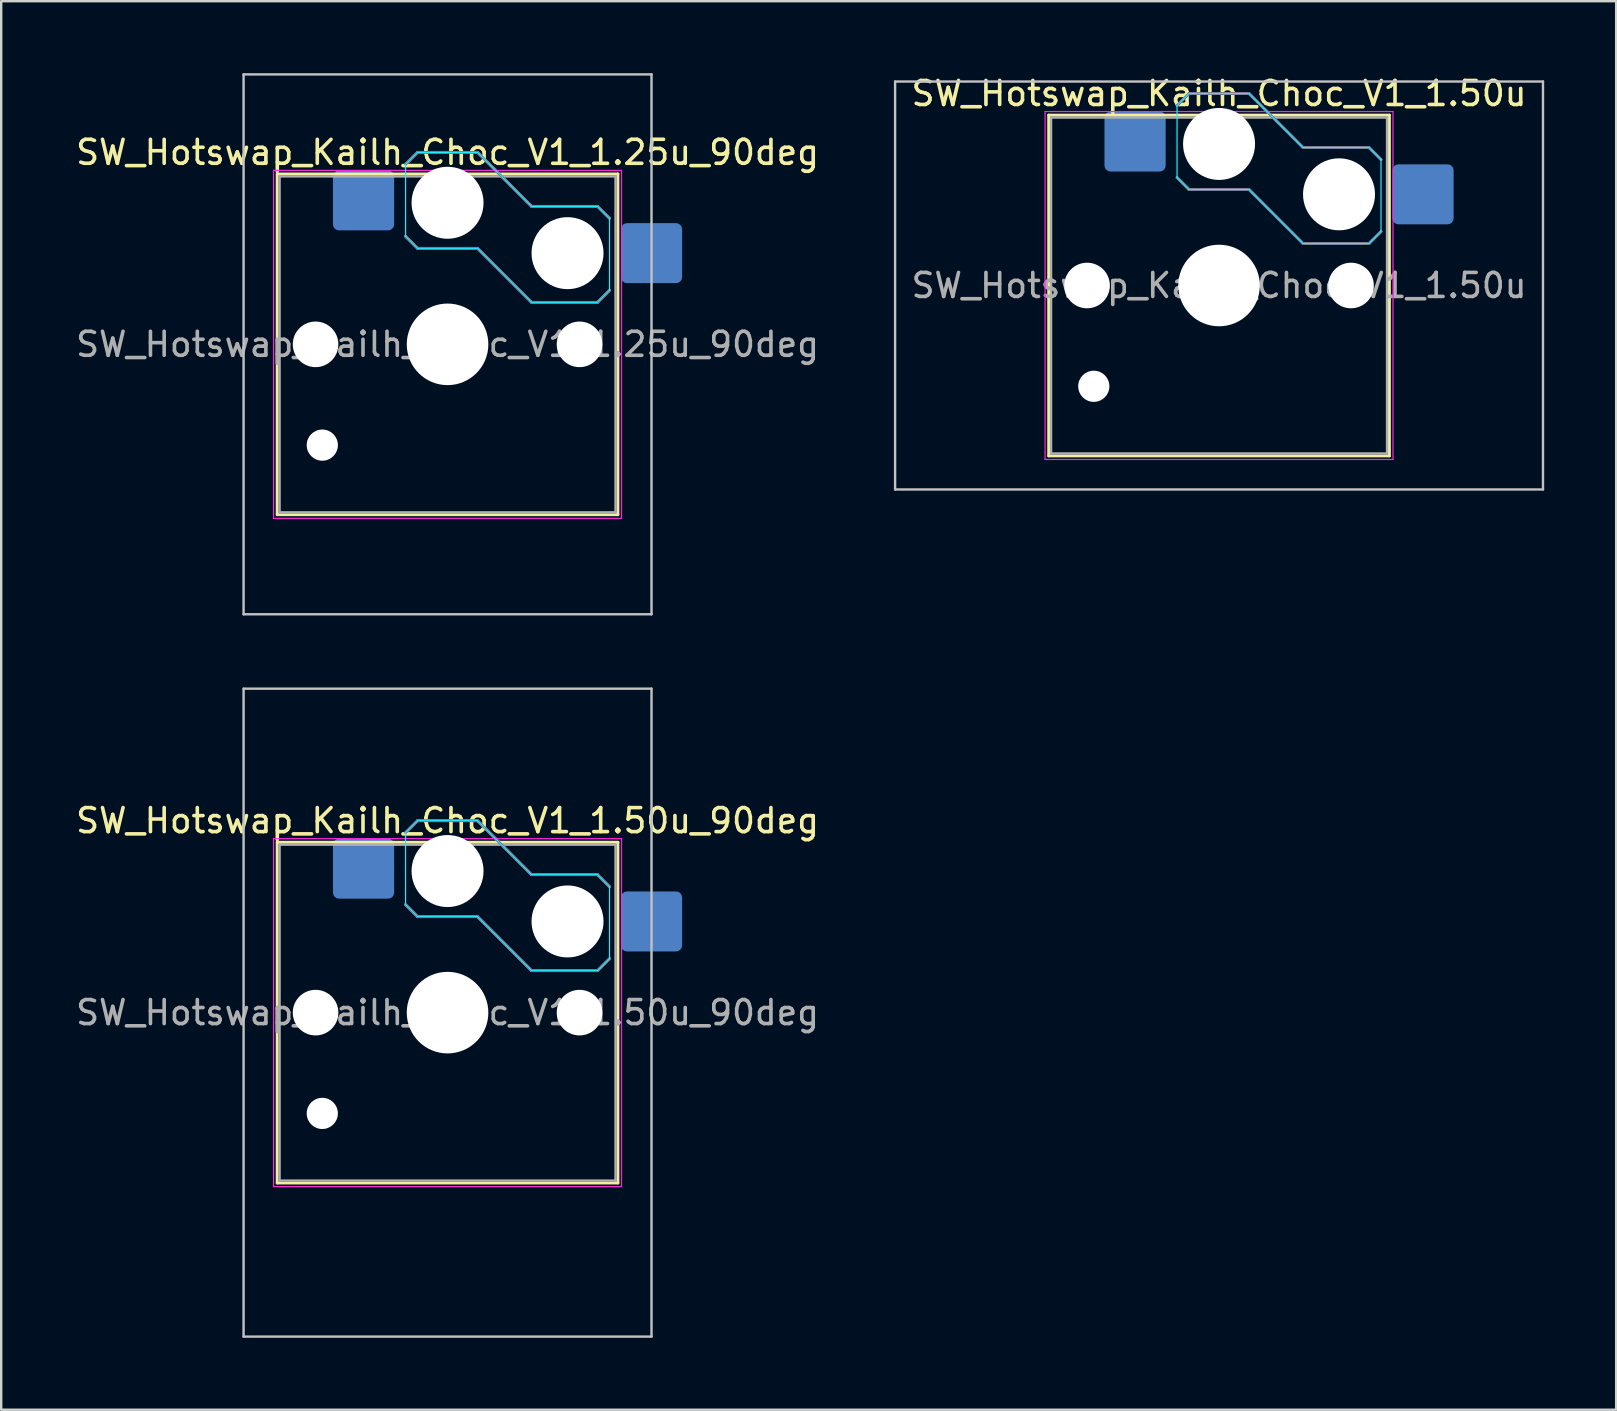
<source format=kicad_pcb>
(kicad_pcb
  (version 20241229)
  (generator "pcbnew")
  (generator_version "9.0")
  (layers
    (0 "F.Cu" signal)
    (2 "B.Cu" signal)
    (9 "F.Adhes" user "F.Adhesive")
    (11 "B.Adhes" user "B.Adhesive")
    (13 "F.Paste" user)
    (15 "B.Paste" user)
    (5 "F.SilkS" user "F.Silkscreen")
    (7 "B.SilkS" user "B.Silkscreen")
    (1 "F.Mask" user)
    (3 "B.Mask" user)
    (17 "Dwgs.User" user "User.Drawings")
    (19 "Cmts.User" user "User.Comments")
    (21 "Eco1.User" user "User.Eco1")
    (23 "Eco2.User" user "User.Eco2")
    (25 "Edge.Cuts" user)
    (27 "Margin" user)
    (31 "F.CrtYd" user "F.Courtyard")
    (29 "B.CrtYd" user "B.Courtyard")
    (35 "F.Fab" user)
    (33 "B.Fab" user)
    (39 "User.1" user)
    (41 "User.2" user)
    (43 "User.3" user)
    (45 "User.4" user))
  (footprint "SW_Hotswap_Kailh_Choc_V1_1.25u_90deg"
    (layer "F.Cu")
    (at 15.601 11.3)
    (property "Reference" "SW_Hotswap_Kailh_Choc_V1_1.25u_90deg" (at 0 -8 0) (layer "F.SilkS") (effects (font (size 1 1) (thickness 0.15))))
    (attr smd)
    (fp_line (start -7.1 -7.1) (end -7.1 7.1) (stroke (width 0.12) (type solid)) (layer "F.SilkS"))
    (fp_line (start -7.1 7.1) (end 7.1 7.1) (stroke (width 0.12) (type solid)) (layer "F.SilkS"))
    (fp_line (start 7.1 -7.1) (end -7.1 -7.1) (stroke (width 0.12) (type solid)) (layer "F.SilkS"))
    (fp_line (start 7.1 7.1) (end 7.1 -7.1) (stroke (width 0.12) (type solid)) (layer "F.SilkS"))
    (fp_line (start -1.75 -7.5) (end -1.25 -8) (stroke (width 0.12) (type solid)) (layer "B.SilkS"))
    (fp_line (start -1.25 -8) (end 1.25 -8) (stroke (width 0.12) (type solid)) (layer "B.SilkS"))
    (fp_line (start -1.25 -4) (end -1.75 -4.5) (stroke (width 0.12) (type solid)) (layer "B.SilkS"))
    (fp_line (start 1.25 -8) (end 3.5 -5.75) (stroke (width 0.12) (type solid)) (layer "B.SilkS"))
    (fp_line (start 1.25 -4) (end -1.25 -4) (stroke (width 0.12) (type solid)) (layer "B.SilkS"))
    (fp_line (start 3.5 -5.75) (end 6.25 -5.75) (stroke (width 0.12) (type solid)) (layer "B.SilkS"))
    (fp_line (start 3.5 -1.75) (end 1.25 -4) (stroke (width 0.12) (type solid)) (layer "B.SilkS"))
    (fp_line (start 6.25 -5.75) (end 6.75 -5.25) (stroke (width 0.12) (type solid)) (layer "B.SilkS"))
    (fp_line (start 6.25 -1.75) (end 3.5 -1.75) (stroke (width 0.12) (type solid)) (layer "B.SilkS"))
    (fp_line (start 6.75 -2.25) (end 6.25 -1.75) (stroke (width 0.12) (type solid)) (layer "B.SilkS"))
    (fp_line (start -8.5 -11.25) (end 8.5 -11.25) (stroke (width 0.1) (type solid)) (layer "Dwgs.User"))
    (fp_line (start -8.5 11.25) (end -8.5 -11.25) (stroke (width 0.1) (type solid)) (layer "Dwgs.User"))
    (fp_line (start 8.5 -11.25) (end 8.5 11.25) (stroke (width 0.1) (type solid)) (layer "Dwgs.User"))
    (fp_line (start 8.5 11.25) (end -8.5 11.25) (stroke (width 0.1) (type solid)) (layer "Dwgs.User"))
    (fp_line (start -1.75 -7.5) (end -1.25 -8) (stroke (width 0.05) (type solid)) (layer "B.CrtYd"))
    (fp_line (start -1.75 -4.5) (end -1.75 -7.5) (stroke (width 0.05) (type solid)) (layer "B.CrtYd"))
    (fp_line (start -1.25 -8) (end 1.25 -8) (stroke (width 0.05) (type solid)) (layer "B.CrtYd"))
    (fp_line (start -1.25 -4) (end -1.75 -4.5) (stroke (width 0.05) (type solid)) (layer "B.CrtYd"))
    (fp_line (start 1.25 -8) (end 3.5 -5.75) (stroke (width 0.05) (type solid)) (layer "B.CrtYd"))
    (fp_line (start 1.25 -4) (end -1.25 -4) (stroke (width 0.05) (type solid)) (layer "B.CrtYd"))
    (fp_line (start 3.5 -5.75) (end 6.25 -5.75) (stroke (width 0.05) (type solid)) (layer "B.CrtYd"))
    (fp_line (start 3.5 -1.75) (end 1.25 -4) (stroke (width 0.05) (type solid)) (layer "B.CrtYd"))
    (fp_line (start 6.25 -5.75) (end 6.75 -5.25) (stroke (width 0.05) (type solid)) (layer "B.CrtYd"))
    (fp_line (start 6.25 -1.75) (end 3.5 -1.75) (stroke (width 0.05) (type solid)) (layer "B.CrtYd"))
    (fp_line (start 6.75 -5.25) (end 6.75 -2.25) (stroke (width 0.05) (type solid)) (layer "B.CrtYd"))
    (fp_line (start 6.75 -2.25) (end 6.25 -1.75) (stroke (width 0.05) (type solid)) (layer "B.CrtYd"))
    (fp_line (start -7.25 -7.25) (end -7.25 7.25) (stroke (width 0.05) (type solid)) (layer "F.CrtYd"))
    (fp_line (start -7.25 7.25) (end 7.25 7.25) (stroke (width 0.05) (type solid)) (layer "F.CrtYd"))
    (fp_line (start 7.25 -7.25) (end -7.25 -7.25) (stroke (width 0.05) (type solid)) (layer "F.CrtYd"))
    (fp_line (start 7.25 7.25) (end 7.25 -7.25) (stroke (width 0.05) (type solid)) (layer "F.CrtYd"))
    (fp_line (start -1.75 -7.5) (end -1.25 -8) (stroke (width 0.1) (type solid)) (layer "B.Fab"))
    (fp_line (start -1.25 -8) (end 1.25 -8) (stroke (width 0.1) (type solid)) (layer "B.Fab"))
    (fp_line (start -1.25 -4) (end -1.75 -4.5) (stroke (width 0.1) (type solid)) (layer "B.Fab"))
    (fp_line (start 1.25 -8) (end 3.5 -5.75) (stroke (width 0.1) (type solid)) (layer "B.Fab"))
    (fp_line (start 1.25 -4) (end -1.25 -4) (stroke (width 0.1) (type solid)) (layer "B.Fab"))
    (fp_line (start 3.5 -5.75) (end 6.25 -5.75) (stroke (width 0.1) (type solid)) (layer "B.Fab"))
    (fp_line (start 3.5 -1.75) (end 1.25 -4) (stroke (width 0.1) (type solid)) (layer "B.Fab"))
    (fp_line (start 6.25 -5.75) (end 6.75 -5.25) (stroke (width 0.1) (type solid)) (layer "B.Fab"))
    (fp_line (start 6.25 -1.75) (end 3.5 -1.75) (stroke (width 0.1) (type solid)) (layer "B.Fab"))
    (fp_line (start 6.75 -2.25) (end 6.25 -1.75) (stroke (width 0.1) (type solid)) (layer "B.Fab"))
    (fp_line (start -7 -7) (end -7 7) (stroke (width 0.1) (type solid)) (layer "F.Fab"))
    (fp_line (start -7 7) (end 7 7) (stroke (width 0.1) (type solid)) (layer "F.Fab"))
    (fp_line (start 7 -7) (end -7 -7) (stroke (width 0.1) (type solid)) (layer "F.Fab"))
    (fp_line (start 7 7) (end 7 -7) (stroke (width 0.1) (type solid)) (layer "F.Fab"))
    (fp_text user "${REFERENCE}" (at 0 0 0) (layer "F.Fab") (effects (font (size 1 1) (thickness 0.15))))
    (pad "" np_thru_hole circle (at -5.5 0) (size 1.9 1.9) (drill 1.9) (layers "*.Cu" "*.Mask"))
    (pad "" np_thru_hole circle (at -5.22 4.2) (size 1.3 1.3) (drill 1.3) (layers "*.Cu" "*.Mask"))
    (pad "" np_thru_hole circle (at 0 -5.9) (size 3 3) (drill 3) (layers "*.Cu" "*.Mask"))
    (pad "" np_thru_hole circle (at 0 0) (size 3.4 3.4) (drill 3.4) (layers "*.Cu" "*.Mask"))
    (pad "" np_thru_hole circle (at 5 -3.8) (size 3 3) (drill 3) (layers "*.Cu" "*.Mask"))
    (pad "" np_thru_hole circle (at 5.5 0) (size 1.9 1.9) (drill 1.9) (layers "*.Cu" "*.Mask"))
    (pad "1" smd roundrect (at -3.5 -6) (size 2.55 2.5) (layers "B.Cu" "B.Mask" "B.Paste") (roundrect_rratio 0.1))
    (pad "2" smd roundrect (at 8.5 -3.8) (size 2.55 2.5) (layers "B.Cu" "B.Mask" "B.Paste") (roundrect_rratio 0.1)))
  (footprint "SW_Hotswap_Kailh_Choc_V1_1.50u"
    (layer "F.Cu")
    (at 47.752 8.848)
    (property "Reference" "SW_Hotswap_Kailh_Choc_V1_1.50u" (at 0 -8 0) (layer "F.SilkS") (effects (font (size 1 1) (thickness 0.15))))
    (attr smd)
    (fp_line (start -7.1 -7.1) (end -7.1 7.1) (stroke (width 0.12) (type solid)) (layer "F.SilkS"))
    (fp_line (start -7.1 7.1) (end 7.1 7.1) (stroke (width 0.12) (type solid)) (layer "F.SilkS"))
    (fp_line (start 7.1 -7.1) (end -7.1 -7.1) (stroke (width 0.12) (type solid)) (layer "F.SilkS"))
    (fp_line (start 7.1 7.1) (end 7.1 -7.1) (stroke (width 0.12) (type solid)) (layer "F.SilkS"))
    (fp_line (start -1.75 -7.5) (end -1.25 -8) (stroke (width 0.12) (type solid)) (layer "B.SilkS"))
    (fp_line (start -1.25 -8) (end 1.25 -8) (stroke (width 0.12) (type solid)) (layer "B.SilkS"))
    (fp_line (start -1.25 -4) (end -1.75 -4.5) (stroke (width 0.12) (type solid)) (layer "B.SilkS"))
    (fp_line (start 1.25 -8) (end 3.5 -5.75) (stroke (width 0.12) (type solid)) (layer "B.SilkS"))
    (fp_line (start 1.25 -4) (end -1.25 -4) (stroke (width 0.12) (type solid)) (layer "B.SilkS"))
    (fp_line (start 3.5 -5.75) (end 6.25 -5.75) (stroke (width 0.12) (type solid)) (layer "B.SilkS"))
    (fp_line (start 3.5 -1.75) (end 1.25 -4) (stroke (width 0.12) (type solid)) (layer "B.SilkS"))
    (fp_line (start 6.25 -5.75) (end 6.75 -5.25) (stroke (width 0.12) (type solid)) (layer "B.SilkS"))
    (fp_line (start 6.25 -1.75) (end 3.5 -1.75) (stroke (width 0.12) (type solid)) (layer "B.SilkS"))
    (fp_line (start 6.75 -2.25) (end 6.25 -1.75) (stroke (width 0.12) (type solid)) (layer "B.SilkS"))
    (fp_line (start -13.5 -8.5) (end -13.5 8.5) (stroke (width 0.1) (type solid)) (layer "Dwgs.User"))
    (fp_line (start -13.5 8.5) (end 13.5 8.5) (stroke (width 0.1) (type solid)) (layer "Dwgs.User"))
    (fp_line (start 13.5 -8.5) (end -13.5 -8.5) (stroke (width 0.1) (type solid)) (layer "Dwgs.User"))
    (fp_line (start 13.5 8.5) (end 13.5 -8.5) (stroke (width 0.1) (type solid)) (layer "Dwgs.User"))
    (fp_line (start -1.75 -7.5) (end -1.25 -8) (stroke (width 0.05) (type solid)) (layer "B.CrtYd"))
    (fp_line (start -1.75 -4.5) (end -1.75 -7.5) (stroke (width 0.05) (type solid)) (layer "B.CrtYd"))
    (fp_line (start -1.25 -8) (end 1.25 -8) (stroke (width 0.05) (type solid)) (layer "B.CrtYd"))
    (fp_line (start -1.25 -4) (end -1.75 -4.5) (stroke (width 0.05) (type solid)) (layer "B.CrtYd"))
    (fp_line (start 1.25 -8) (end 3.5 -5.75) (stroke (width 0.05) (type solid)) (layer "B.CrtYd"))
    (fp_line (start 1.25 -4) (end -1.25 -4) (stroke (width 0.05) (type solid)) (layer "B.CrtYd"))
    (fp_line (start 3.5 -5.75) (end 6.25 -5.75) (stroke (width 0.05) (type solid)) (layer "B.CrtYd"))
    (fp_line (start 3.5 -1.75) (end 1.25 -4) (stroke (width 0.05) (type solid)) (layer "B.CrtYd"))
    (fp_line (start 6.25 -5.75) (end 6.75 -5.25) (stroke (width 0.05) (type solid)) (layer "B.CrtYd"))
    (fp_line (start 6.25 -1.75) (end 3.5 -1.75) (stroke (width 0.05) (type solid)) (layer "B.CrtYd"))
    (fp_line (start 6.75 -5.25) (end 6.75 -2.25) (stroke (width 0.05) (type solid)) (layer "B.CrtYd"))
    (fp_line (start 6.75 -2.25) (end 6.25 -1.75) (stroke (width 0.05) (type solid)) (layer "B.CrtYd"))
    (fp_line (start -7.25 -7.25) (end -7.25 7.25) (stroke (width 0.05) (type solid)) (layer "F.CrtYd"))
    (fp_line (start -7.25 7.25) (end 7.25 7.25) (stroke (width 0.05) (type solid)) (layer "F.CrtYd"))
    (fp_line (start 7.25 -7.25) (end -7.25 -7.25) (stroke (width 0.05) (type solid)) (layer "F.CrtYd"))
    (fp_line (start 7.25 7.25) (end 7.25 -7.25) (stroke (width 0.05) (type solid)) (layer "F.CrtYd"))
    (fp_line (start -1.75 -7.5) (end -1.25 -8) (stroke (width 0.1) (type solid)) (layer "B.Fab"))
    (fp_line (start -1.25 -8) (end 1.25 -8) (stroke (width 0.1) (type solid)) (layer "B.Fab"))
    (fp_line (start -1.25 -4) (end -1.75 -4.5) (stroke (width 0.1) (type solid)) (layer "B.Fab"))
    (fp_line (start 1.25 -8) (end 3.5 -5.75) (stroke (width 0.1) (type solid)) (layer "B.Fab"))
    (fp_line (start 1.25 -4) (end -1.25 -4) (stroke (width 0.1) (type solid)) (layer "B.Fab"))
    (fp_line (start 3.5 -5.75) (end 6.25 -5.75) (stroke (width 0.1) (type solid)) (layer "B.Fab"))
    (fp_line (start 3.5 -1.75) (end 1.25 -4) (stroke (width 0.1) (type solid)) (layer "B.Fab"))
    (fp_line (start 6.25 -5.75) (end 6.75 -5.25) (stroke (width 0.1) (type solid)) (layer "B.Fab"))
    (fp_line (start 6.25 -1.75) (end 3.5 -1.75) (stroke (width 0.1) (type solid)) (layer "B.Fab"))
    (fp_line (start 6.75 -2.25) (end 6.25 -1.75) (stroke (width 0.1) (type solid)) (layer "B.Fab"))
    (fp_line (start -7 -7) (end -7 7) (stroke (width 0.1) (type solid)) (layer "F.Fab"))
    (fp_line (start -7 7) (end 7 7) (stroke (width 0.1) (type solid)) (layer "F.Fab"))
    (fp_line (start 7 -7) (end -7 -7) (stroke (width 0.1) (type solid)) (layer "F.Fab"))
    (fp_line (start 7 7) (end 7 -7) (stroke (width 0.1) (type solid)) (layer "F.Fab"))
    (fp_text user "${REFERENCE}" (at 0 0 0) (layer "F.Fab") (effects (font (size 1 1) (thickness 0.15))))
    (pad "" np_thru_hole circle (at -5.5 0) (size 1.9 1.9) (drill 1.9) (layers "*.Cu" "*.Mask"))
    (pad "" np_thru_hole circle (at -5.22 4.2) (size 1.3 1.3) (drill 1.3) (layers "*.Cu" "*.Mask"))
    (pad "" np_thru_hole circle (at 0 -5.9) (size 3 3) (drill 3) (layers "*.Cu" "*.Mask"))
    (pad "" np_thru_hole circle (at 0 0) (size 3.4 3.4) (drill 3.4) (layers "*.Cu" "*.Mask"))
    (pad "" np_thru_hole circle (at 5 -3.8) (size 3 3) (drill 3) (layers "*.Cu" "*.Mask"))
    (pad "" np_thru_hole circle (at 5.5 0) (size 1.9 1.9) (drill 1.9) (layers "*.Cu" "*.Mask"))
    (pad "1" smd roundrect (at -3.5 -6) (size 2.55 2.5) (layers "B.Cu" "B.Mask" "B.Paste") (roundrect_rratio 0.1))
    (pad "2" smd roundrect (at 8.5 -3.8) (size 2.55 2.5) (layers "B.Cu" "B.Mask" "B.Paste") (roundrect_rratio 0.1)))
  (footprint "SW_Hotswap_Kailh_Choc_V1_1.50u_90deg"
    (layer "F.Cu")
    (at 15.601 39.15)
    (property "Reference" "SW_Hotswap_Kailh_Choc_V1_1.50u_90deg" (at 0 -8 0) (layer "F.SilkS") (effects (font (size 1 1) (thickness 0.15))))
    (attr smd)
    (fp_line (start -7.1 -7.1) (end -7.1 7.1) (stroke (width 0.12) (type solid)) (layer "F.SilkS"))
    (fp_line (start -7.1 7.1) (end 7.1 7.1) (stroke (width 0.12) (type solid)) (layer "F.SilkS"))
    (fp_line (start 7.1 -7.1) (end -7.1 -7.1) (stroke (width 0.12) (type solid)) (layer "F.SilkS"))
    (fp_line (start 7.1 7.1) (end 7.1 -7.1) (stroke (width 0.12) (type solid)) (layer "F.SilkS"))
    (fp_line (start -1.75 -7.5) (end -1.25 -8) (stroke (width 0.12) (type solid)) (layer "B.SilkS"))
    (fp_line (start -1.25 -8) (end 1.25 -8) (stroke (width 0.12) (type solid)) (layer "B.SilkS"))
    (fp_line (start -1.25 -4) (end -1.75 -4.5) (stroke (width 0.12) (type solid)) (layer "B.SilkS"))
    (fp_line (start 1.25 -8) (end 3.5 -5.75) (stroke (width 0.12) (type solid)) (layer "B.SilkS"))
    (fp_line (start 1.25 -4) (end -1.25 -4) (stroke (width 0.12) (type solid)) (layer "B.SilkS"))
    (fp_line (start 3.5 -5.75) (end 6.25 -5.75) (stroke (width 0.12) (type solid)) (layer "B.SilkS"))
    (fp_line (start 3.5 -1.75) (end 1.25 -4) (stroke (width 0.12) (type solid)) (layer "B.SilkS"))
    (fp_line (start 6.25 -5.75) (end 6.75 -5.25) (stroke (width 0.12) (type solid)) (layer "B.SilkS"))
    (fp_line (start 6.25 -1.75) (end 3.5 -1.75) (stroke (width 0.12) (type solid)) (layer "B.SilkS"))
    (fp_line (start 6.75 -2.25) (end 6.25 -1.75) (stroke (width 0.12) (type solid)) (layer "B.SilkS"))
    (fp_line (start -8.5 -13.5) (end 8.5 -13.5) (stroke (width 0.1) (type solid)) (layer "Dwgs.User"))
    (fp_line (start -8.5 13.5) (end -8.5 -13.5) (stroke (width 0.1) (type solid)) (layer "Dwgs.User"))
    (fp_line (start 8.5 -13.5) (end 8.5 13.5) (stroke (width 0.1) (type solid)) (layer "Dwgs.User"))
    (fp_line (start 8.5 13.5) (end -8.5 13.5) (stroke (width 0.1) (type solid)) (layer "Dwgs.User"))
    (fp_line (start -1.75 -7.5) (end -1.25 -8) (stroke (width 0.05) (type solid)) (layer "B.CrtYd"))
    (fp_line (start -1.75 -4.5) (end -1.75 -7.5) (stroke (width 0.05) (type solid)) (layer "B.CrtYd"))
    (fp_line (start -1.25 -8) (end 1.25 -8) (stroke (width 0.05) (type solid)) (layer "B.CrtYd"))
    (fp_line (start -1.25 -4) (end -1.75 -4.5) (stroke (width 0.05) (type solid)) (layer "B.CrtYd"))
    (fp_line (start 1.25 -8) (end 3.5 -5.75) (stroke (width 0.05) (type solid)) (layer "B.CrtYd"))
    (fp_line (start 1.25 -4) (end -1.25 -4) (stroke (width 0.05) (type solid)) (layer "B.CrtYd"))
    (fp_line (start 3.5 -5.75) (end 6.25 -5.75) (stroke (width 0.05) (type solid)) (layer "B.CrtYd"))
    (fp_line (start 3.5 -1.75) (end 1.25 -4) (stroke (width 0.05) (type solid)) (layer "B.CrtYd"))
    (fp_line (start 6.25 -5.75) (end 6.75 -5.25) (stroke (width 0.05) (type solid)) (layer "B.CrtYd"))
    (fp_line (start 6.25 -1.75) (end 3.5 -1.75) (stroke (width 0.05) (type solid)) (layer "B.CrtYd"))
    (fp_line (start 6.75 -5.25) (end 6.75 -2.25) (stroke (width 0.05) (type solid)) (layer "B.CrtYd"))
    (fp_line (start 6.75 -2.25) (end 6.25 -1.75) (stroke (width 0.05) (type solid)) (layer "B.CrtYd"))
    (fp_line (start -7.25 -7.25) (end -7.25 7.25) (stroke (width 0.05) (type solid)) (layer "F.CrtYd"))
    (fp_line (start -7.25 7.25) (end 7.25 7.25) (stroke (width 0.05) (type solid)) (layer "F.CrtYd"))
    (fp_line (start 7.25 -7.25) (end -7.25 -7.25) (stroke (width 0.05) (type solid)) (layer "F.CrtYd"))
    (fp_line (start 7.25 7.25) (end 7.25 -7.25) (stroke (width 0.05) (type solid)) (layer "F.CrtYd"))
    (fp_line (start -1.75 -7.5) (end -1.25 -8) (stroke (width 0.1) (type solid)) (layer "B.Fab"))
    (fp_line (start -1.25 -8) (end 1.25 -8) (stroke (width 0.1) (type solid)) (layer "B.Fab"))
    (fp_line (start -1.25 -4) (end -1.75 -4.5) (stroke (width 0.1) (type solid)) (layer "B.Fab"))
    (fp_line (start 1.25 -8) (end 3.5 -5.75) (stroke (width 0.1) (type solid)) (layer "B.Fab"))
    (fp_line (start 1.25 -4) (end -1.25 -4) (stroke (width 0.1) (type solid)) (layer "B.Fab"))
    (fp_line (start 3.5 -5.75) (end 6.25 -5.75) (stroke (width 0.1) (type solid)) (layer "B.Fab"))
    (fp_line (start 3.5 -1.75) (end 1.25 -4) (stroke (width 0.1) (type solid)) (layer "B.Fab"))
    (fp_line (start 6.25 -5.75) (end 6.75 -5.25) (stroke (width 0.1) (type solid)) (layer "B.Fab"))
    (fp_line (start 6.25 -1.75) (end 3.5 -1.75) (stroke (width 0.1) (type solid)) (layer "B.Fab"))
    (fp_line (start 6.75 -2.25) (end 6.25 -1.75) (stroke (width 0.1) (type solid)) (layer "B.Fab"))
    (fp_line (start -7 -7) (end -7 7) (stroke (width 0.1) (type solid)) (layer "F.Fab"))
    (fp_line (start -7 7) (end 7 7) (stroke (width 0.1) (type solid)) (layer "F.Fab"))
    (fp_line (start 7 -7) (end -7 -7) (stroke (width 0.1) (type solid)) (layer "F.Fab"))
    (fp_line (start 7 7) (end 7 -7) (stroke (width 0.1) (type solid)) (layer "F.Fab"))
    (fp_text user "${REFERENCE}" (at 0 0 0) (layer "F.Fab") (effects (font (size 1 1) (thickness 0.15))))
    (pad "" np_thru_hole circle (at -5.5 0) (size 1.9 1.9) (drill 1.9) (layers "*.Cu" "*.Mask"))
    (pad "" np_thru_hole circle (at -5.22 4.2) (size 1.3 1.3) (drill 1.3) (layers "*.Cu" "*.Mask"))
    (pad "" np_thru_hole circle (at 0 -5.9) (size 3 3) (drill 3) (layers "*.Cu" "*.Mask"))
    (pad "" np_thru_hole circle (at 0 0) (size 3.4 3.4) (drill 3.4) (layers "*.Cu" "*.Mask"))
    (pad "" np_thru_hole circle (at 5 -3.8) (size 3 3) (drill 3) (layers "*.Cu" "*.Mask"))
    (pad "" np_thru_hole circle (at 5.5 0) (size 1.9 1.9) (drill 1.9) (layers "*.Cu" "*.Mask"))
    (pad "1" smd roundrect (at -3.5 -6) (size 2.55 2.5) (layers "B.Cu" "B.Mask" "B.Paste") (roundrect_rratio 0.1))
    (pad "2" smd roundrect (at 8.5 -3.8) (size 2.55 2.5) (layers "B.Cu" "B.Mask" "B.Paste") (roundrect_rratio 0.1)))
  (gr_rect
    (start -3 -3)
    (end 64.302 55.7)
    (stroke (width 0.1) (type default))
    (fill no)
    (layer "Edge.Cuts")))
</source>
